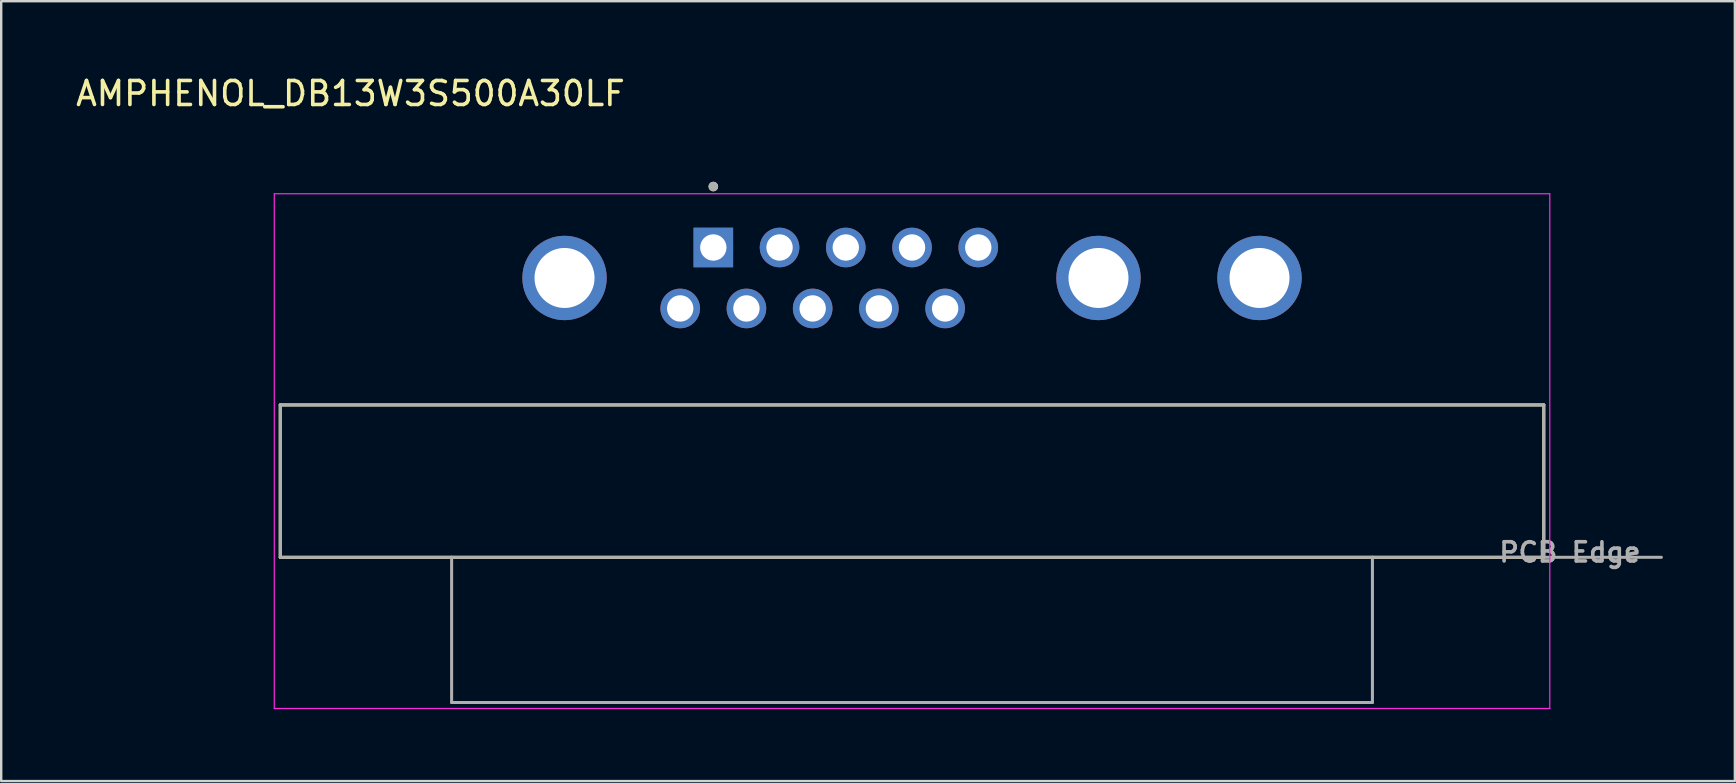
<source format=kicad_pcb>
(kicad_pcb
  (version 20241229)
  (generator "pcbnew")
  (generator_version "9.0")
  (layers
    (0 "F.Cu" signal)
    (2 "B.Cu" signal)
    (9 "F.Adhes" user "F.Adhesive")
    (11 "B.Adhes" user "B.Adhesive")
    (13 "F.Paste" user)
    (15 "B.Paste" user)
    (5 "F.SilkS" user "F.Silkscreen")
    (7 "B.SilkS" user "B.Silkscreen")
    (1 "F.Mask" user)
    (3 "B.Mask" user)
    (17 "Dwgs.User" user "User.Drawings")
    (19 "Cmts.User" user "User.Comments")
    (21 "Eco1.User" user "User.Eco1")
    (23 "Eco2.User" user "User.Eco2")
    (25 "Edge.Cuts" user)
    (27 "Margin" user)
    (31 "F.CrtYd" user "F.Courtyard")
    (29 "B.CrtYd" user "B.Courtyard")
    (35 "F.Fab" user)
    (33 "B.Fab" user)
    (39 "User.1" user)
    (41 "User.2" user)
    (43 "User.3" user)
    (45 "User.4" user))
  (footprint "AMPHENOL_DB13W3S500A30LF"
    (layer "F.Cu")
    (at 34.954 8.533)
    (property "Reference" "AMPHENOL_DB13W3S500A30LF" (at -23.4 -7.685 0) (layer "F.SilkS") (effects (font (size 1 1) (thickness 0.15))))
    (attr through_hole)
    (fp_line (start -26.325 5.29) (end -26.325 11.64) (stroke (width 0.127) (type solid)) (layer "F.SilkS"))
    (fp_line (start -26.325 5.29) (end 26.325 5.29) (stroke (width 0.127) (type solid)) (layer "F.SilkS"))
    (fp_line (start -26.325 11.64) (end 26.325 11.64) (stroke (width 0.127) (type solid)) (layer "F.SilkS"))
    (fp_line (start 26.325 11.64) (end 26.325 5.29) (stroke (width 0.127) (type solid)) (layer "F.SilkS"))
    (fp_circle (center -8.28 -3.81) (end -8.18 -3.81) (stroke (width 0.2) (type solid)) (fill no) (layer "F.SilkS"))
    (fp_line (start -26.575 -3.51) (end -26.575 17.94) (stroke (width 0.05) (type solid)) (layer "F.CrtYd"))
    (fp_line (start -26.575 17.94) (end 26.575 17.94) (stroke (width 0.05) (type solid)) (layer "F.CrtYd"))
    (fp_line (start 26.575 -3.51) (end -26.575 -3.51) (stroke (width 0.05) (type solid)) (layer "F.CrtYd"))
    (fp_line (start 26.575 17.94) (end 26.575 -3.51) (stroke (width 0.05) (type solid)) (layer "F.CrtYd"))
    (fp_line (start -26.325 5.29) (end -26.325 11.64) (stroke (width 0.127) (type solid)) (layer "F.Fab"))
    (fp_line (start -26.325 11.64) (end -19.185 11.64) (stroke (width 0.127) (type solid)) (layer "F.Fab"))
    (fp_line (start -19.185 11.64) (end -19.185 17.69) (stroke (width 0.127) (type solid)) (layer "F.Fab"))
    (fp_line (start -19.185 11.64) (end 19.185 11.64) (stroke (width 0.127) (type solid)) (layer "F.Fab"))
    (fp_line (start -19.185 17.69) (end 19.185 17.69) (stroke (width 0.127) (type solid)) (layer "F.Fab"))
    (fp_line (start 19.185 11.64) (end 26.325 11.64) (stroke (width 0.127) (type solid)) (layer "F.Fab"))
    (fp_line (start 19.185 17.69) (end 19.185 11.64) (stroke (width 0.127) (type solid)) (layer "F.Fab"))
    (fp_line (start 26.325 5.29) (end -26.325 5.29) (stroke (width 0.127) (type solid)) (layer "F.Fab"))
    (fp_line (start 26.325 11.64) (end 26.325 5.29) (stroke (width 0.127) (type solid)) (layer "F.Fab"))
    (fp_line (start 26.325 11.64) (end 31.225 11.64) (stroke (width 0.127) (type solid)) (layer "F.Fab"))
    (fp_circle (center -8.28 -3.81) (end -8.18 -3.81) (stroke (width 0.2) (type solid)) (fill no) (layer "F.Fab"))
    (fp_text user "PCB Edge" (at 27.415 11.43 0) (layer "F.Fab") (effects (font (size 0.8 0.8) (thickness 0.15))))
    (pad "1" thru_hole rect (at -8.28 -1.27) (size 1.65 1.65) (drill 1.1) (layers "*.Cu" "*.Mask"))
    (pad "2" thru_hole circle (at -5.52 -1.27) (size 1.65 1.65) (drill 1.1) (layers "*.Cu" "*.Mask"))
    (pad "3" thru_hole circle (at -2.76 -1.27) (size 1.65 1.65) (drill 1.1) (layers "*.Cu" "*.Mask"))
    (pad "4" thru_hole circle (at 0 -1.27) (size 1.65 1.65) (drill 1.1) (layers "*.Cu" "*.Mask"))
    (pad "5" thru_hole circle (at 2.76 -1.27) (size 1.65 1.65) (drill 1.1) (layers "*.Cu" "*.Mask"))
    (pad "6" thru_hole circle (at -9.66 1.27) (size 1.65 1.65) (drill 1.1) (layers "*.Cu" "*.Mask"))
    (pad "7" thru_hole circle (at -6.9 1.27) (size 1.65 1.65) (drill 1.1) (layers "*.Cu" "*.Mask"))
    (pad "8" thru_hole circle (at -4.14 1.27) (size 1.65 1.65) (drill 1.1) (layers "*.Cu" "*.Mask"))
    (pad "9" thru_hole circle (at -1.38 1.27) (size 1.65 1.65) (drill 1.1) (layers "*.Cu" "*.Mask"))
    (pad "10" thru_hole circle (at 1.38 1.27) (size 1.65 1.65) (drill 1.1) (layers "*.Cu" "*.Mask"))
    (pad "A1" thru_hole circle (at -14.48 0) (size 3.516 3.516) (drill 2.5) (layers "*.Cu" "*.Mask"))
    (pad "A2" thru_hole circle (at 7.77 0) (size 3.516 3.516) (drill 2.5) (layers "*.Cu" "*.Mask"))
    (pad "A3" thru_hole circle (at 14.48 0) (size 3.516 3.516) (drill 2.5) (layers "*.Cu" "*.Mask")))
  (gr_rect
    (start -3 -3)
    (end 69.242 29.498)
    (stroke (width 0.1) (type default))
    (fill no)
    (layer "Edge.Cuts")))
</source>
